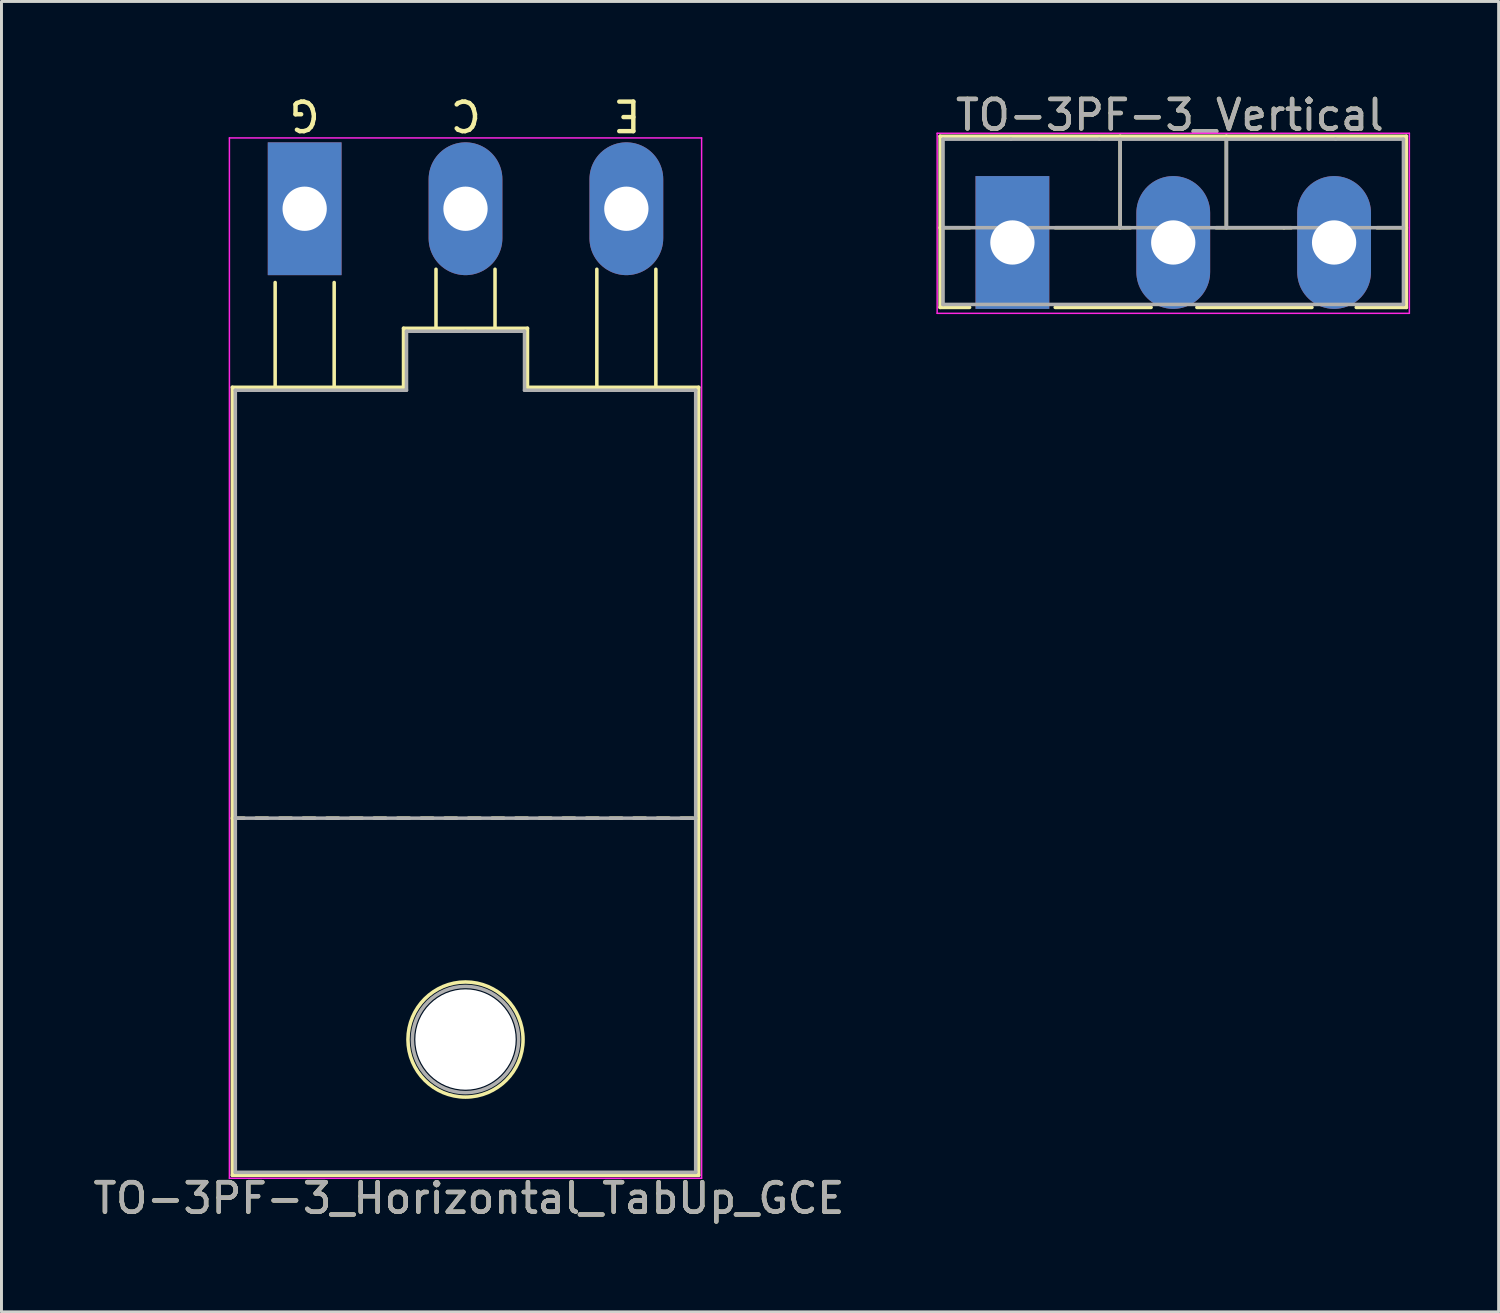
<source format=kicad_pcb>
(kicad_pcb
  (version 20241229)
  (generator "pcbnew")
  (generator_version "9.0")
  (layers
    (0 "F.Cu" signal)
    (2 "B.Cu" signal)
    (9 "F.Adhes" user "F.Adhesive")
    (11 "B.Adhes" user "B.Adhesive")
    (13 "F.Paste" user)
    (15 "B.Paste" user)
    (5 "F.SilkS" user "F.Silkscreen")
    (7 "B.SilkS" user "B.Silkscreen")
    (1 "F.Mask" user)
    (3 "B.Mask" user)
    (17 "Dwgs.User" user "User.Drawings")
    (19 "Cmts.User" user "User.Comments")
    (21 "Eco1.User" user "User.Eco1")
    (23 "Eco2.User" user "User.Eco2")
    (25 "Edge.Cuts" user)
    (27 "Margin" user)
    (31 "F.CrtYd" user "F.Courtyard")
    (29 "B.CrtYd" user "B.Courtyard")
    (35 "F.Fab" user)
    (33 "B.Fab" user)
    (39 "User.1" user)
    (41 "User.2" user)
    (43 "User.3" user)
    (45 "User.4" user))
  (footprint "TO-3PF-3_Vertical"
    (layer "F.Cu")
    (at 31.254 5.166)
    (property "Reference" "TO-3PF-3_Vertical" (at 5.334 -4.318 0) (layer "F.SilkS") (effects (font (size 1 1) (thickness 0.15))))
    (attr through_hole)
    (fp_line (start -2.45 -3.6) (end -2.45 2.2) (stroke (width 0.12) (type solid)) (layer "F.SilkS"))
    (fp_line (start -2.45 2.2) (end -1.45 2.2) (stroke (width 0.12) (type solid)) (layer "F.SilkS"))
    (fp_line (start -1.45 -0.5) (end -2.45 -0.5) (stroke (width 0.12) (type solid)) (layer "F.SilkS"))
    (fp_line (start 1.45 2.2) (end 4.7 2.2) (stroke (width 0.12) (type solid)) (layer "F.SilkS"))
    (fp_line (start 3.65 -3.6) (end 3.65 -0.5) (stroke (width 0.12) (type solid)) (layer "F.SilkS"))
    (fp_line (start 3.65 -0.5) (end 1.45 -0.5) (stroke (width 0.12) (type solid)) (layer "F.SilkS"))
    (fp_line (start 3.65 -0.5) (end 4 -0.5) (stroke (width 0.12) (type solid)) (layer "F.SilkS"))
    (fp_line (start 6.25 2.2) (end 10.15 2.2) (stroke (width 0.12) (type solid)) (layer "F.SilkS"))
    (fp_line (start 7.25 -0.5) (end 7.25 -3.6) (stroke (width 0.12) (type solid)) (layer "F.SilkS"))
    (fp_line (start 9.2 -0.5) (end 6.9 -0.5) (stroke (width 0.12) (type solid)) (layer "F.SilkS"))
    (fp_line (start 9.45 -0.5) (end 9.2 -0.5) (stroke (width 0.12) (type solid)) (layer "F.SilkS"))
    (fp_line (start 11.65 2.2) (end 13.35 2.2) (stroke (width 0.12) (type solid)) (layer "F.SilkS"))
    (fp_line (start 13.35 -3.6) (end -2.45 -3.6) (stroke (width 0.12) (type solid)) (layer "F.SilkS"))
    (fp_line (start 13.35 -0.5) (end 12.35 -0.5) (stroke (width 0.12) (type solid)) (layer "F.SilkS"))
    (fp_line (start 13.35 2.2) (end 13.35 -3.6) (stroke (width 0.12) (type solid)) (layer "F.SilkS"))
    (fp_line (start -2.55 -3.7) (end -2.55 2.4) (stroke (width 0.05) (type solid)) (layer "F.CrtYd"))
    (fp_line (start -2.55 2.4) (end 13.45 2.4) (stroke (width 0.05) (type solid)) (layer "F.CrtYd"))
    (fp_line (start 13.45 -3.7) (end -2.55 -3.7) (stroke (width 0.05) (type solid)) (layer "F.CrtYd"))
    (fp_line (start 13.45 2.4) (end 13.45 -3.7) (stroke (width 0.05) (type solid)) (layer "F.CrtYd"))
    (fp_line (start -2.35 -3.5) (end -2.35 2.1) (stroke (width 0.12) (type solid)) (layer "F.Fab"))
    (fp_line (start -2.35 2.1) (end 13.25 2.1) (stroke (width 0.12) (type solid)) (layer "F.Fab"))
    (fp_line (start -0.05 -3.5) (end -2.35 -3.5) (stroke (width 0.12) (type solid)) (layer "F.Fab"))
    (fp_line (start 2.95 -3.5) (end -0.05 -3.5) (stroke (width 0.12) (type solid)) (layer "F.Fab"))
    (fp_line (start 3.65 -3.5) (end 3.65 -0.5) (stroke (width 0.12) (type solid)) (layer "F.Fab"))
    (fp_line (start 7.25 -3.5) (end 7.25 -0.5) (stroke (width 0.12) (type solid)) (layer "F.Fab"))
    (fp_line (start 10.85 -0.5) (end -2.35 -0.5) (stroke (width 0.12) (type solid)) (layer "F.Fab"))
    (fp_line (start 10.85 -0.5) (end 13.25 -0.5) (stroke (width 0.12) (type solid)) (layer "F.Fab"))
    (fp_line (start 10.95 -3.5) (end 2.95 -3.5) (stroke (width 0.12) (type solid)) (layer "F.Fab"))
    (fp_line (start 13.25 -3.5) (end 10.95 -3.5) (stroke (width 0.12) (type solid)) (layer "F.Fab"))
    (fp_line (start 13.25 2.1) (end 13.25 -3.5) (stroke (width 0.12) (type solid)) (layer "F.Fab"))
    (fp_text user "${REFERENCE}" (at 5.334 -4.318 0) (layer "F.Fab") (effects (font (size 1 1) (thickness 0.15))))
    (pad "1" thru_hole rect (at 0 0) (size 2.5 4.5) (drill 1.5) (layers "*.Cu" "*.Mask"))
    (pad "2" thru_hole oval (at 5.45 0) (size 2.5 4.5) (drill 1.5) (layers "*.Cu" "*.Mask"))
    (pad "3" thru_hole oval (at 10.9 0) (size 2.5 4.5) (drill 1.5) (layers "*.Cu" "*.Mask")))
  (footprint "TO-3PF-3_Horizontal_TabUp_GCE"
    (layer "F.Cu")
    (at 7.273 4.023)
    (property "Reference" "TO-3PF-3_Horizontal_TabUp_GCE" (at 5.566 33.528 180) (layer "F.SilkS") (effects (font (size 1 1) (thickness 0.15))))
    (fp_line (start -2.45 6.05) (end 3.35 6.05) (stroke (width 0.12) (type solid)) (layer "F.SilkS"))
    (fp_line (start -2.45 20.65) (end -2.05 20.65) (stroke (width 0.12) (type solid)) (layer "F.SilkS"))
    (fp_line (start -2.45 32.75) (end -2.45 6.05) (stroke (width 0.12) (type solid)) (layer "F.SilkS"))
    (fp_line (start -1.65 20.65) (end -1.25 20.65) (stroke (width 0.12) (type solid)) (layer "F.SilkS"))
    (fp_line (start -1 6) (end -1 2.5) (stroke (width 0.12) (type solid)) (layer "F.SilkS"))
    (fp_line (start -0.85 20.65) (end -0.45 20.65) (stroke (width 0.12) (type solid)) (layer "F.SilkS"))
    (fp_line (start -0.05 20.65) (end 0.35 20.65) (stroke (width 0.12) (type solid)) (layer "F.SilkS"))
    (fp_line (start 0.75 20.65) (end 1.15 20.65) (stroke (width 0.12) (type solid)) (layer "F.SilkS"))
    (fp_line (start 1 6) (end 1 2.5) (stroke (width 0.12) (type solid)) (layer "F.SilkS"))
    (fp_line (start 1.55 20.65) (end 1.95 20.65) (stroke (width 0.12) (type solid)) (layer "F.SilkS"))
    (fp_line (start 2.35 20.65) (end 2.75 20.65) (stroke (width 0.12) (type solid)) (layer "F.SilkS"))
    (fp_line (start 3.15 20.65) (end 3.55 20.65) (stroke (width 0.12) (type solid)) (layer "F.SilkS"))
    (fp_line (start 3.35 4.05) (end 7.55 4.05) (stroke (width 0.12) (type solid)) (layer "F.SilkS"))
    (fp_line (start 3.35 6.05) (end 3.35 4.05) (stroke (width 0.12) (type solid)) (layer "F.SilkS"))
    (fp_line (start 3.95 20.65) (end 4.35 20.65) (stroke (width 0.12) (type solid)) (layer "F.SilkS"))
    (fp_line (start 4.45 4.05) (end 4.45 2.05) (stroke (width 0.12) (type solid)) (layer "F.SilkS"))
    (fp_line (start 4.75 20.65) (end 5.15 20.65) (stroke (width 0.12) (type solid)) (layer "F.SilkS"))
    (fp_line (start 5.55 20.65) (end 5.95 20.65) (stroke (width 0.12) (type solid)) (layer "F.SilkS"))
    (fp_line (start 6.35 20.65) (end 6.75 20.65) (stroke (width 0.12) (type solid)) (layer "F.SilkS"))
    (fp_line (start 6.45 4.05) (end 6.45 2.05) (stroke (width 0.12) (type solid)) (layer "F.SilkS"))
    (fp_line (start 7.15 20.65) (end 7.55 20.65) (stroke (width 0.12) (type solid)) (layer "F.SilkS"))
    (fp_line (start 7.55 4.05) (end 7.55 6.05) (stroke (width 0.12) (type solid)) (layer "F.SilkS"))
    (fp_line (start 7.55 6.05) (end 13.35 6.05) (stroke (width 0.12) (type solid)) (layer "F.SilkS"))
    (fp_line (start 7.95 20.65) (end 8.35 20.65) (stroke (width 0.12) (type solid)) (layer "F.SilkS"))
    (fp_line (start 8.75 20.65) (end 9.15 20.65) (stroke (width 0.12) (type solid)) (layer "F.SilkS"))
    (fp_line (start 9.55 20.65) (end 9.95 20.65) (stroke (width 0.12) (type solid)) (layer "F.SilkS"))
    (fp_line (start 9.9 6) (end 9.9 2.05) (stroke (width 0.12) (type solid)) (layer "F.SilkS"))
    (fp_line (start 10.35 20.65) (end 10.75 20.65) (stroke (width 0.12) (type solid)) (layer "F.SilkS"))
    (fp_line (start 11.15 20.65) (end 11.55 20.65) (stroke (width 0.12) (type solid)) (layer "F.SilkS"))
    (fp_line (start 11.9 6) (end 11.9 2.05) (stroke (width 0.12) (type solid)) (layer "F.SilkS"))
    (fp_line (start 11.95 20.65) (end 12.35 20.65) (stroke (width 0.12) (type solid)) (layer "F.SilkS"))
    (fp_line (start 12.75 20.65) (end 13.15 20.65) (stroke (width 0.12) (type solid)) (layer "F.SilkS"))
    (fp_line (start 13.35 6.05) (end 13.35 32.75) (stroke (width 0.12) (type solid)) (layer "F.SilkS"))
    (fp_line (start 13.35 32.75) (end -2.45 32.75) (stroke (width 0.12) (type solid)) (layer "F.SilkS"))
    (fp_circle (center 5.45 28.15) (end 3.5 28.15) (stroke (width 0.12) (type solid)) (fill no) (layer "F.SilkS"))
    (fp_line (start -2.55 -2.4) (end -2.55 32.85) (stroke (width 0.05) (type solid)) (layer "F.CrtYd"))
    (fp_line (start -2.55 32.85) (end 13.45 32.85) (stroke (width 0.05) (type solid)) (layer "F.CrtYd"))
    (fp_line (start 13.45 -2.4) (end -2.55 -2.4) (stroke (width 0.05) (type solid)) (layer "F.CrtYd"))
    (fp_line (start 13.45 32.85) (end 13.45 -2.4) (stroke (width 0.05) (type solid)) (layer "F.CrtYd"))
    (fp_line (start -2.35 6.15) (end 3.45 6.15) (stroke (width 0.12) (type solid)) (layer "F.Fab"))
    (fp_line (start -2.35 32.65) (end -2.35 6.15) (stroke (width 0.12) (type solid)) (layer "F.Fab"))
    (fp_line (start 3.45 4.15) (end 3.45 6.15) (stroke (width 0.12) (type solid)) (layer "F.Fab"))
    (fp_line (start 5.45 4.15) (end 3.45 4.15) (stroke (width 0.12) (type solid)) (layer "F.Fab"))
    (fp_line (start 5.45 4.15) (end 7.45 4.15) (stroke (width 0.12) (type solid)) (layer "F.Fab"))
    (fp_line (start 7.45 4.15) (end 7.45 6.15) (stroke (width 0.12) (type solid)) (layer "F.Fab"))
    (fp_line (start 7.45 6.15) (end 13.25 6.15) (stroke (width 0.12) (type solid)) (layer "F.Fab"))
    (fp_line (start 13.25 6.15) (end 13.25 32.65) (stroke (width 0.12) (type solid)) (layer "F.Fab"))
    (fp_line (start 13.25 20.65) (end -2.35 20.65) (stroke (width 0.12) (type solid)) (layer "F.Fab"))
    (fp_line (start 13.25 32.65) (end -2.35 32.65) (stroke (width 0.12) (type solid)) (layer "F.Fab"))
    (fp_circle (center 5.45 28.15) (end 3.65 28.15) (stroke (width 0.12) (type solid)) (fill no) (layer "F.Fab"))
    (fp_text user "E" (at 10.922 -3.175 180) (unlocked yes) (layer "F.SilkS") (effects (font (size 1 1) (thickness 0.15))))
    (fp_text user "C" (at 5.461 -3.175 180) (unlocked yes) (layer "F.SilkS") (effects (font (size 1 1) (thickness 0.15))))
    (fp_text user "G" (at 0 -3.175 180) (unlocked yes) (layer "F.SilkS") (effects (font (size 1 1) (thickness 0.15))))
    (fp_text user "${REFERENCE}" (at 5.566 33.528 180) (layer "F.Fab") (effects (font (size 1 1) (thickness 0.15))))
    (pad "" np_thru_hole circle (at 5.45 28.15) (size 3.4 3.4) (drill 3.4) (layers "*.Cu" "*.Mask"))
    (pad "1" thru_hole rect (at 0 0) (size 2.5 4.5) (drill 1.5) (layers "*.Cu" "*.Mask"))
    (pad "2" thru_hole oval (at 5.45 0) (size 2.5 4.5) (drill 1.5) (layers "*.Cu" "*.Mask"))
    (pad "3" thru_hole oval (at 10.9 0) (size 2.5 4.5) (drill 1.5) (layers "*.Cu" "*.Mask")))
  (gr_rect
    (start -3 -3)
    (end 47.729 41.4)
    (stroke (width 0.1) (type default))
    (fill no)
    (layer "Edge.Cuts")))
</source>
